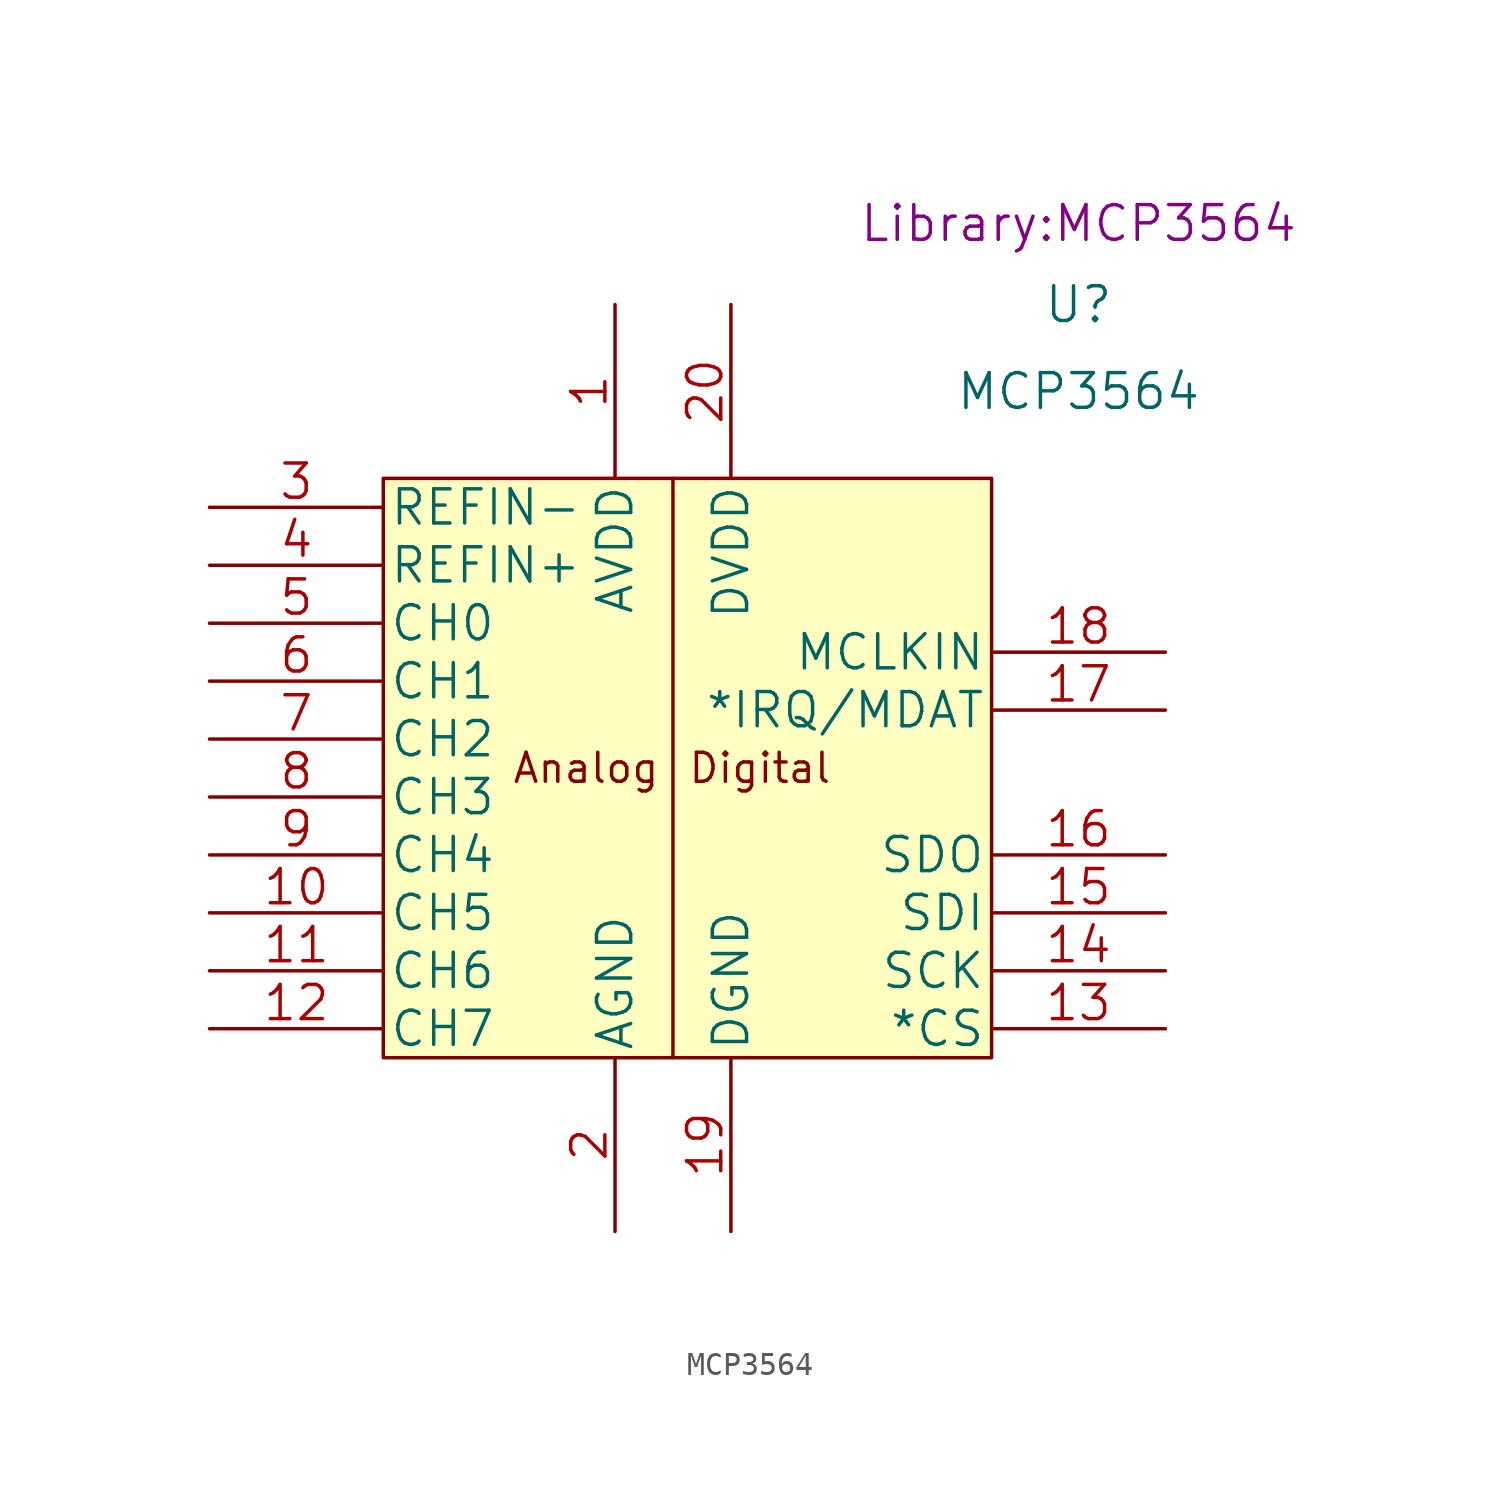
<source format=kicad_sym>
(kicad_symbol_lib
  (version 20211014)
  (generator kicad_symbol_editor)
  (symbol "MCP3564"
    (pin_names
      (offset 0.254))
    (property "Reference" "U"
      (at 17.78 20.32 0)
      (effects (font (size 1.524 1.524))))
    (property "Value" "MCP3564"
      (at 17.78 16.51 0)
      (effects (font (size 1.524 1.524))))
    (property "Footprint" "Library:MCP3564"
      (at 17.78 23.876 0)
      (effects (font (size 1.524 1.524))))
    (property "Datasheet" ""
      (at 7.62 7.62 0)
      (effects (font (size 1.524 1.524))))
    (symbol "MCP3564_0_0"
      (text "Analog" (at -3.81 0 0) (effects (font (size 1.27 1.27))))
      (text "Digital" (at 3.81 0 0) (effects (font (size 1.27 1.27)))))
    (symbol "MCP3564_0_1"
      (rectangle (start -12.7 12.7) (end 13.97 -12.7) (stroke (width 0) (type default) (color 0 0 0 0)) (fill (type background)))
      (polyline (pts (xy 0 12.7) (xy 0 -12.7)) (stroke (width 0) (type default) (color 0 0 0 0)) (fill (type none))))
    (symbol "MCP3564_1_1"
      (pin power_in line (at -2.54 20.32 270) (length 7.62) (name "AVDD" (effects (font (size 1.499 1.499)))) (number "1" (effects (font (size 1.499 1.499)))))
      (pin input line (at -20.32 -6.35 0) (length 7.62) (name "CH5" (effects (font (size 1.499 1.499)))) (number "10" (effects (font (size 1.499 1.499)))))
      (pin input line (at -20.32 -8.89 0) (length 7.62) (name "CH6" (effects (font (size 1.499 1.499)))) (number "11" (effects (font (size 1.499 1.499)))))
      (pin input line (at -20.32 -11.43 0) (length 7.62) (name "CH7" (effects (font (size 1.499 1.499)))) (number "12" (effects (font (size 1.499 1.499)))))
      (pin input line (at 21.59 -11.43 180) (length 7.62) (name "*CS" (effects (font (size 1.499 1.499)))) (number "13" (effects (font (size 1.499 1.499)))))
      (pin input line (at 21.59 -8.89 180) (length 7.62) (name "SCK" (effects (font (size 1.499 1.499)))) (number "14" (effects (font (size 1.499 1.499)))))
      (pin input line (at 21.59 -6.35 180) (length 7.62) (name "SDI" (effects (font (size 1.499 1.499)))) (number "15" (effects (font (size 1.499 1.499)))))
      (pin output line (at 21.59 -3.81 180) (length 7.62) (name "SDO" (effects (font (size 1.499 1.499)))) (number "16" (effects (font (size 1.499 1.499)))))
      (pin output line (at 21.59 2.54 180) (length 7.62) (name "*IRQ/MDAT" (effects (font (size 1.499 1.499)))) (number "17" (effects (font (size 1.499 1.499)))))
      (pin bidirectional line (at 21.59 5.08 180) (length 7.62) (name "MCLKIN" (effects (font (size 1.499 1.499)))) (number "18" (effects (font (size 1.499 1.499)))))
      (pin power_in line (at 2.54 -20.32 90) (length 7.62) (name "DGND" (effects (font (size 1.499 1.499)))) (number "19" (effects (font (size 1.499 1.499)))))
      (pin power_in line (at -2.54 -20.32 90) (length 7.62) (name "AGND" (effects (font (size 1.499 1.499)))) (number "2" (effects (font (size 1.499 1.499)))))
      (pin power_in line (at 2.54 20.32 270) (length 7.62) (name "DVDD" (effects (font (size 1.499 1.499)))) (number "20" (effects (font (size 1.499 1.499)))))
      (pin input line (at -20.32 11.43 0) (length 7.62) (name "REFIN-" (effects (font (size 1.499 1.499)))) (number "3" (effects (font (size 1.499 1.499)))))
      (pin input line (at -20.32 8.89 0) (length 7.62) (name "REFIN+" (effects (font (size 1.499 1.499)))) (number "4" (effects (font (size 1.499 1.499)))))
      (pin input line (at -20.32 6.35 0) (length 7.62) (name "CH0" (effects (font (size 1.499 1.499)))) (number "5" (effects (font (size 1.499 1.499)))))
      (pin input line (at -20.32 3.81 0) (length 7.62) (name "CH1" (effects (font (size 1.499 1.499)))) (number "6" (effects (font (size 1.499 1.499)))))
      (pin input line (at -20.32 1.27 0) (length 7.62) (name "CH2" (effects (font (size 1.499 1.499)))) (number "7" (effects (font (size 1.499 1.499)))))
      (pin input line (at -20.32 -1.27 0) (length 7.62) (name "CH3" (effects (font (size 1.499 1.499)))) (number "8" (effects (font (size 1.499 1.499)))))
      (pin input line (at -20.32 -3.81 0) (length 7.62) (name "CH4" (effects (font (size 1.499 1.499)))) (number "9" (effects (font (size 1.499 1.499))))))))
</source>
